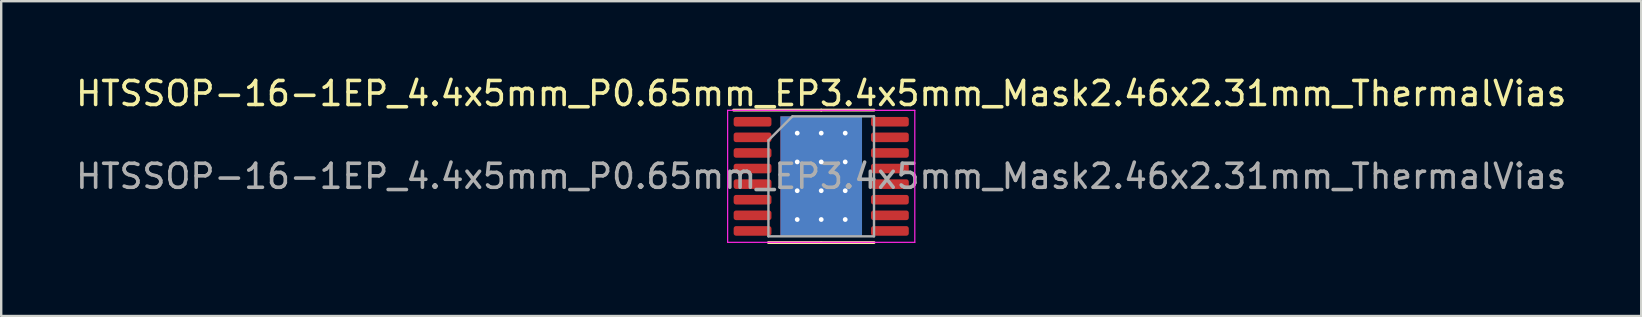
<source format=kicad_pcb>
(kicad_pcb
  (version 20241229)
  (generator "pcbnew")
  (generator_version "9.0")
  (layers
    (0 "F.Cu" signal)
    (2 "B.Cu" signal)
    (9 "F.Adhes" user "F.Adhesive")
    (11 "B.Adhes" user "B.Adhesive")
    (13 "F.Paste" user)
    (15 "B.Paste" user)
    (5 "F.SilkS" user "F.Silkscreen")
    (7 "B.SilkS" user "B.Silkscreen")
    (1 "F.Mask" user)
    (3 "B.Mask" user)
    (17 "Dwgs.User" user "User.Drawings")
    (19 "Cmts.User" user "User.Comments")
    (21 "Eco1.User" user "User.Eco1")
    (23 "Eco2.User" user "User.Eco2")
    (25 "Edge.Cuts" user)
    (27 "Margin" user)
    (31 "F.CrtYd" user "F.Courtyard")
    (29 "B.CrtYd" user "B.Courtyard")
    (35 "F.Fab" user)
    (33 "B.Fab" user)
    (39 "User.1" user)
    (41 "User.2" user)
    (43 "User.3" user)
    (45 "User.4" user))
  (footprint "HTSSOP-16-1EP_4.4x5mm_P0.65mm_EP3.4x5mm_Mask2.46x2.31mm_ThermalVias"
    (layer "F.Cu")
    (at 31.173 4.298)
    (property "Reference" "HTSSOP-16-1EP_4.4x5mm_P0.65mm_EP3.4x5mm_Mask2.46x2.31mm_ThermalVias" (at 0 -3.45 0) (layer "F.SilkS") (effects (font (size 1 1) (thickness 0.15))))
    (attr smd)
    (fp_line (start 0 -2.76) (end -3.65 -2.76) (stroke (width 0.12) (type solid)) (layer "F.SilkS"))
    (fp_line (start 0 -2.76) (end 2.2 -2.76) (stroke (width 0.12) (type solid)) (layer "F.SilkS"))
    (fp_line (start 0 2.76) (end -2.2 2.76) (stroke (width 0.12) (type solid)) (layer "F.SilkS"))
    (fp_line (start 0 2.76) (end 2.2 2.76) (stroke (width 0.12) (type solid)) (layer "F.SilkS"))
    (fp_line (start -3.9 -2.75) (end -3.9 2.75) (stroke (width 0.05) (type solid)) (layer "F.CrtYd"))
    (fp_line (start -3.9 2.75) (end 3.9 2.75) (stroke (width 0.05) (type solid)) (layer "F.CrtYd"))
    (fp_line (start 3.9 -2.75) (end -3.9 -2.75) (stroke (width 0.05) (type solid)) (layer "F.CrtYd"))
    (fp_line (start 3.9 2.75) (end 3.9 -2.75) (stroke (width 0.05) (type solid)) (layer "F.CrtYd"))
    (fp_line (start -2.2 -1.5) (end -1.2 -2.5) (stroke (width 0.1) (type solid)) (layer "F.Fab"))
    (fp_line (start -2.2 2.5) (end -2.2 -1.5) (stroke (width 0.1) (type solid)) (layer "F.Fab"))
    (fp_line (start -1.2 -2.5) (end 2.2 -2.5) (stroke (width 0.1) (type solid)) (layer "F.Fab"))
    (fp_line (start 2.2 -2.5) (end 2.2 2.5) (stroke (width 0.1) (type solid)) (layer "F.Fab"))
    (fp_line (start 2.2 2.5) (end -2.2 2.5) (stroke (width 0.1) (type solid)) (layer "F.Fab"))
    (fp_text user "${REFERENCE}" (at 0 0 0) (layer "F.Fab") (effects (font (size 1 1) (thickness 0.15))))
    (pad "" smd roundrect (at 0 -0.58) (size 1.98 0.93) (layers "F.Paste") (roundrect_rratio 0.25))
    (pad "" smd rect (at 0 0) (size 2.46 2.31) (layers "F.Mask"))
    (pad "" smd roundrect (at 0 0.58) (size 1.98 0.93) (layers "F.Paste") (roundrect_rratio 0.25))
    (pad "1" smd roundrect (at -2.862 -2.275) (size 1.575 0.4) (layers "F.Cu" "F.Mask" "F.Paste") (roundrect_rratio 0.25))
    (pad "2" smd roundrect (at -2.862 -1.625) (size 1.575 0.4) (layers "F.Cu" "F.Mask" "F.Paste") (roundrect_rratio 0.25))
    (pad "3" smd roundrect (at -2.862 -0.975) (size 1.575 0.4) (layers "F.Cu" "F.Mask" "F.Paste") (roundrect_rratio 0.25))
    (pad "4" smd roundrect (at -2.862 -0.325) (size 1.575 0.4) (layers "F.Cu" "F.Mask" "F.Paste") (roundrect_rratio 0.25))
    (pad "5" smd roundrect (at -2.862 0.325) (size 1.575 0.4) (layers "F.Cu" "F.Mask" "F.Paste") (roundrect_rratio 0.25))
    (pad "6" smd roundrect (at -2.862 0.975) (size 1.575 0.4) (layers "F.Cu" "F.Mask" "F.Paste") (roundrect_rratio 0.25))
    (pad "7" smd roundrect (at -2.862 1.625) (size 1.575 0.4) (layers "F.Cu" "F.Mask" "F.Paste") (roundrect_rratio 0.25))
    (pad "8" smd roundrect (at -2.862 2.275) (size 1.575 0.4) (layers "F.Cu" "F.Mask" "F.Paste") (roundrect_rratio 0.25))
    (pad "9" smd roundrect (at 2.862 2.275) (size 1.575 0.4) (layers "F.Cu" "F.Mask" "F.Paste") (roundrect_rratio 0.25))
    (pad "10" smd roundrect (at 2.862 1.625) (size 1.575 0.4) (layers "F.Cu" "F.Mask" "F.Paste") (roundrect_rratio 0.25))
    (pad "11" smd roundrect (at 2.862 0.975) (size 1.575 0.4) (layers "F.Cu" "F.Mask" "F.Paste") (roundrect_rratio 0.25))
    (pad "12" smd roundrect (at 2.862 0.325) (size 1.575 0.4) (layers "F.Cu" "F.Mask" "F.Paste") (roundrect_rratio 0.25))
    (pad "13" smd roundrect (at 2.862 -0.325) (size 1.575 0.4) (layers "F.Cu" "F.Mask" "F.Paste") (roundrect_rratio 0.25))
    (pad "14" smd roundrect (at 2.862 -0.975) (size 1.575 0.4) (layers "F.Cu" "F.Mask" "F.Paste") (roundrect_rratio 0.25))
    (pad "15" smd roundrect (at 2.862 -1.625) (size 1.575 0.4) (layers "F.Cu" "F.Mask" "F.Paste") (roundrect_rratio 0.25))
    (pad "16" smd roundrect (at 2.862 -2.275) (size 1.575 0.4) (layers "F.Cu" "F.Mask" "F.Paste") (roundrect_rratio 0.25))
    (pad "17" thru_hole circle (at -1 -1.8) (size 0.5 0.5) (drill 0.2) (layers "*.Cu"))
    (pad "17" thru_hole circle (at -1 -0.6) (size 0.5 0.5) (drill 0.2) (layers "*.Cu"))
    (pad "17" thru_hole circle (at -1 0.6) (size 0.5 0.5) (drill 0.2) (layers "*.Cu"))
    (pad "17" thru_hole circle (at -1 1.8) (size 0.5 0.5) (drill 0.2) (layers "*.Cu"))
    (pad "17" thru_hole circle (at 0 -1.8) (size 0.5 0.5) (drill 0.2) (layers "*.Cu"))
    (pad "17" thru_hole circle (at 0 -0.6) (size 0.5 0.5) (drill 0.2) (layers "*.Cu"))
    (pad "17" smd rect (at 0 0) (size 3.4 5) (layers "F.Cu"))
    (pad "17" smd rect (at 0 0) (size 3.4 5) (layers "B.Cu"))
    (pad "17" thru_hole circle (at 0 0.6) (size 0.5 0.5) (drill 0.2) (layers "*.Cu"))
    (pad "17" thru_hole circle (at 0 1.8) (size 0.5 0.5) (drill 0.2) (layers "*.Cu"))
    (pad "17" thru_hole circle (at 1 -1.8) (size 0.5 0.5) (drill 0.2) (layers "*.Cu"))
    (pad "17" thru_hole circle (at 1 -0.6) (size 0.5 0.5) (drill 0.2) (layers "*.Cu"))
    (pad "17" thru_hole circle (at 1 0.6) (size 0.5 0.5) (drill 0.2) (layers "*.Cu"))
    (pad "17" thru_hole circle (at 1 1.8) (size 0.5 0.5) (drill 0.2) (layers "*.Cu")))
  (gr_rect
    (start -3 -3)
    (end 65.345 10.118)
    (stroke (width 0.1) (type default))
    (fill no)
    (layer "Edge.Cuts")))
</source>
